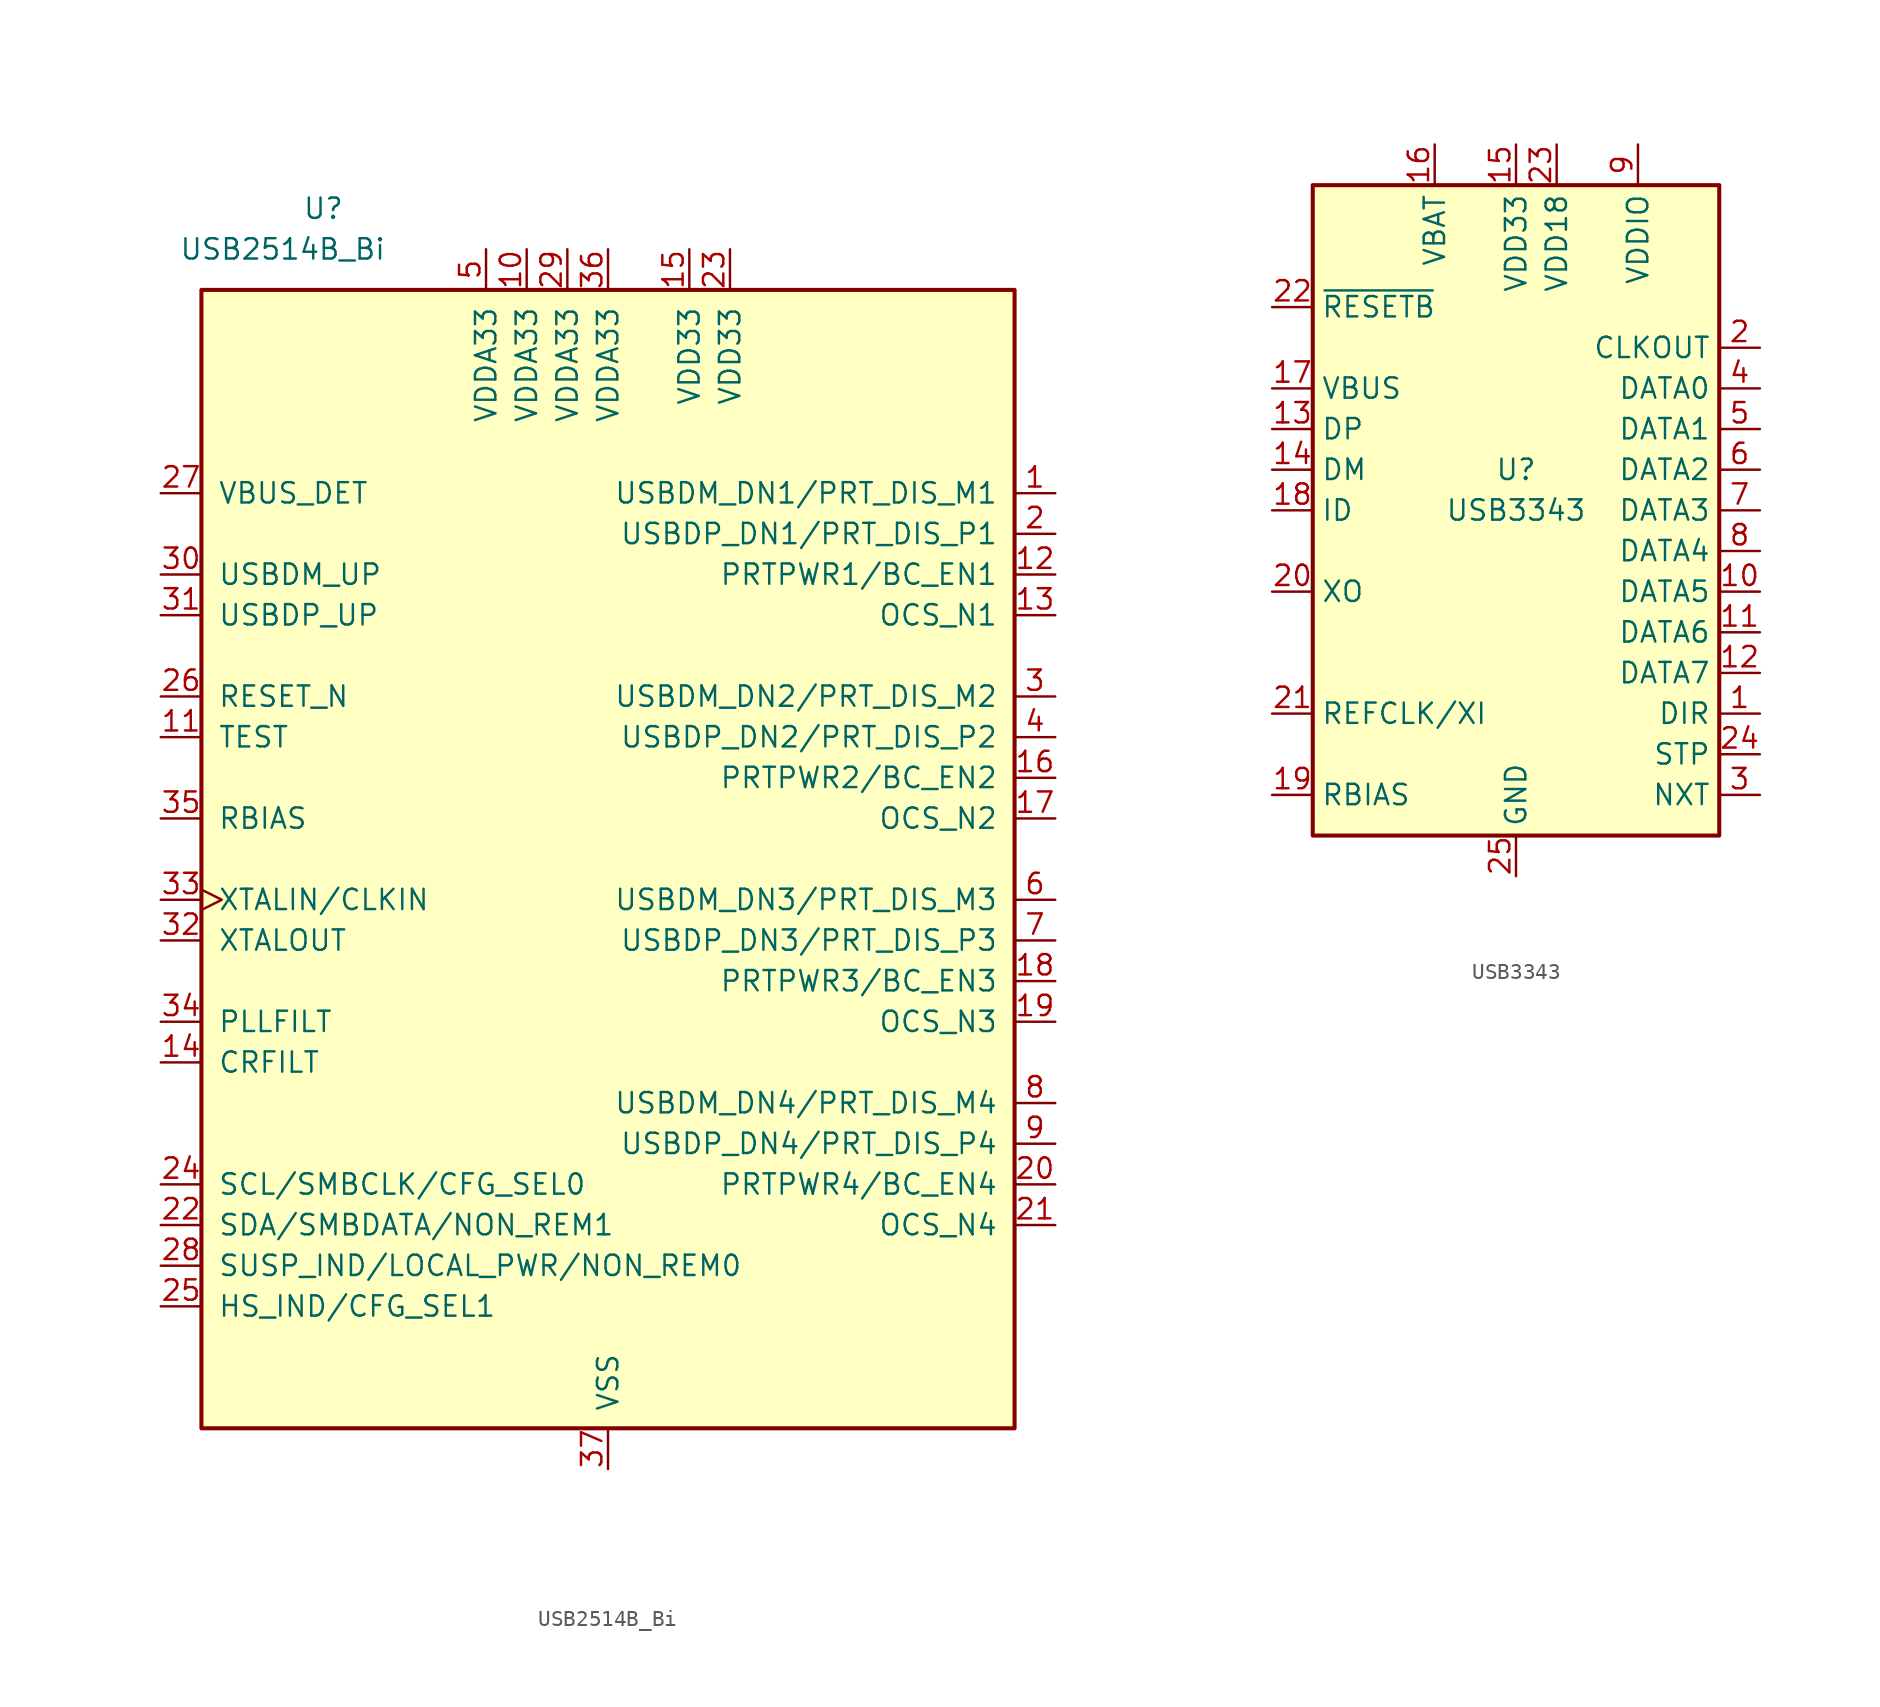
<source format=kicad_sym>
(kicad_symbol_lib
  (version 20231120)
  (generator "kicad_symbol_editor")
  (generator_version "8.0")
  (symbol "USB2514B_Bi"
    (pin_names
      (offset 1.016))
    (property "Reference" "U"
      (at -17.78 40.64 0)
      (effects (font (size 1.27 1.27))))
    (property "Value" "USB2514B_Bi"
      (at -20.32 38.1 0)
      (effects (font (size 1.27 1.27))))
    (symbol "USB2514B_Bi_0_1"
      (rectangle (start -25.4 35.56) (end 25.4 -35.56) (stroke (width 0.254) (type default)) (fill (type background))))
    (symbol "USB2514B_Bi_1_1"
      (pin bidirectional line (at 27.94 22.86 180) (length 2.54) (name "USBDM_DN1/PRT_DIS_M1" (effects (font (size 1.27 1.27)))) (number "1" (effects (font (size 1.27 1.27)))))
      (pin power_in line (at -5.08 38.1 270) (length 2.54) (name "VDDA33" (effects (font (size 1.27 1.27)))) (number "10" (effects (font (size 1.27 1.27)))))
      (pin input line (at -27.94 7.62 0) (length 2.54) (name "TEST" (effects (font (size 1.27 1.27)))) (number "11" (effects (font (size 1.27 1.27)))))
      (pin bidirectional line (at 27.94 17.78 180) (length 2.54) (name "PRTPWR1/BC_EN1" (effects (font (size 1.27 1.27)))) (number "12" (effects (font (size 1.27 1.27)))))
      (pin input line (at 27.94 15.24 180) (length 2.54) (name "OCS_N1" (effects (font (size 1.27 1.27)))) (number "13" (effects (font (size 1.27 1.27)))))
      (pin input line (at -27.94 -12.7 0) (length 2.54) (name "CRFILT" (effects (font (size 1.27 1.27)))) (number "14" (effects (font (size 1.27 1.27)))))
      (pin power_in line (at 5.08 38.1 270) (length 2.54) (name "VDD33" (effects (font (size 1.27 1.27)))) (number "15" (effects (font (size 1.27 1.27)))))
      (pin bidirectional line (at 27.94 5.08 180) (length 2.54) (name "PRTPWR2/BC_EN2" (effects (font (size 1.27 1.27)))) (number "16" (effects (font (size 1.27 1.27)))))
      (pin input line (at 27.94 2.54 180) (length 2.54) (name "OCS_N2" (effects (font (size 1.27 1.27)))) (number "17" (effects (font (size 1.27 1.27)))))
      (pin bidirectional line (at 27.94 -7.62 180) (length 2.54) (name "PRTPWR3/BC_EN3" (effects (font (size 1.27 1.27)))) (number "18" (effects (font (size 1.27 1.27)))))
      (pin input line (at 27.94 -10.16 180) (length 2.54) (name "OCS_N3" (effects (font (size 1.27 1.27)))) (number "19" (effects (font (size 1.27 1.27)))))
      (pin bidirectional line (at 27.94 20.32 180) (length 2.54) (name "USBDP_DN1/PRT_DIS_P1" (effects (font (size 1.27 1.27)))) (number "2" (effects (font (size 1.27 1.27)))))
      (pin bidirectional line (at 27.94 -20.32 180) (length 2.54) (name "PRTPWR4/BC_EN4" (effects (font (size 1.27 1.27)))) (number "20" (effects (font (size 1.27 1.27)))))
      (pin input line (at 27.94 -22.86 180) (length 2.54) (name "OCS_N4" (effects (font (size 1.27 1.27)))) (number "21" (effects (font (size 1.27 1.27)))))
      (pin bidirectional line (at -27.94 -22.86 0) (length 2.54) (name "SDA/SMBDATA/NON_REM1" (effects (font (size 1.27 1.27)))) (number "22" (effects (font (size 1.27 1.27)))))
      (pin power_in line (at 7.62 38.1 270) (length 2.54) (name "VDD33" (effects (font (size 1.27 1.27)))) (number "23" (effects (font (size 1.27 1.27)))))
      (pin bidirectional line (at -27.94 -20.32 0) (length 2.54) (name "SCL/SMBCLK/CFG_SEL0" (effects (font (size 1.27 1.27)))) (number "24" (effects (font (size 1.27 1.27)))))
      (pin bidirectional line (at -27.94 -27.94 0) (length 2.54) (name "HS_IND/CFG_SEL1" (effects (font (size 1.27 1.27)))) (number "25" (effects (font (size 1.27 1.27)))))
      (pin input line (at -27.94 10.16 0) (length 2.54) (name "RESET_N" (effects (font (size 1.27 1.27)))) (number "26" (effects (font (size 1.27 1.27)))))
      (pin input line (at -27.94 22.86 0) (length 2.54) (name "VBUS_DET" (effects (font (size 1.27 1.27)))) (number "27" (effects (font (size 1.27 1.27)))))
      (pin bidirectional line (at -27.94 -25.4 0) (length 2.54) (name "SUSP_IND/LOCAL_PWR/NON_REM0" (effects (font (size 1.27 1.27)))) (number "28" (effects (font (size 1.27 1.27)))))
      (pin power_in line (at -2.54 38.1 270) (length 2.54) (name "VDDA33" (effects (font (size 1.27 1.27)))) (number "29" (effects (font (size 1.27 1.27)))))
      (pin bidirectional line (at 27.94 10.16 180) (length 2.54) (name "USBDM_DN2/PRT_DIS_M2" (effects (font (size 1.27 1.27)))) (number "3" (effects (font (size 1.27 1.27)))))
      (pin bidirectional line (at -27.94 17.78 0) (length 2.54) (name "USBDM_UP" (effects (font (size 1.27 1.27)))) (number "30" (effects (font (size 1.27 1.27)))))
      (pin bidirectional line (at -27.94 15.24 0) (length 2.54) (name "USBDP_UP" (effects (font (size 1.27 1.27)))) (number "31" (effects (font (size 1.27 1.27)))))
      (pin output line (at -27.94 -5.08 0) (length 2.54) (name "XTALOUT" (effects (font (size 1.27 1.27)))) (number "32" (effects (font (size 1.27 1.27)))))
      (pin input clock (at -27.94 -2.54 0) (length 2.54) (name "XTALIN/CLKIN" (effects (font (size 1.27 1.27)))) (number "33" (effects (font (size 1.27 1.27)))))
      (pin input line (at -27.94 -10.16 0) (length 2.54) (name "PLLFILT" (effects (font (size 1.27 1.27)))) (number "34" (effects (font (size 1.27 1.27)))))
      (pin input line (at -27.94 2.54 0) (length 2.54) (name "RBIAS" (effects (font (size 1.27 1.27)))) (number "35" (effects (font (size 1.27 1.27)))))
      (pin power_in line (at 0 38.1 270) (length 2.54) (name "VDDA33" (effects (font (size 1.27 1.27)))) (number "36" (effects (font (size 1.27 1.27)))))
      (pin power_in line (at 0 -38.1 90) (length 2.54) (name "VSS" (effects (font (size 1.27 1.27)))) (number "37" (effects (font (size 1.27 1.27)))))
      (pin bidirectional line (at 27.94 7.62 180) (length 2.54) (name "USBDP_DN2/PRT_DIS_P2" (effects (font (size 1.27 1.27)))) (number "4" (effects (font (size 1.27 1.27)))))
      (pin power_in line (at -7.62 38.1 270) (length 2.54) (name "VDDA33" (effects (font (size 1.27 1.27)))) (number "5" (effects (font (size 1.27 1.27)))))
      (pin bidirectional line (at 27.94 -2.54 180) (length 2.54) (name "USBDM_DN3/PRT_DIS_M3" (effects (font (size 1.27 1.27)))) (number "6" (effects (font (size 1.27 1.27)))))
      (pin bidirectional line (at 27.94 -5.08 180) (length 2.54) (name "USBDP_DN3/PRT_DIS_P3" (effects (font (size 1.27 1.27)))) (number "7" (effects (font (size 1.27 1.27)))))
      (pin bidirectional line (at 27.94 -15.24 180) (length 2.54) (name "USBDM_DN4/PRT_DIS_M4" (effects (font (size 1.27 1.27)))) (number "8" (effects (font (size 1.27 1.27)))))
      (pin bidirectional line (at 27.94 -17.78 180) (length 2.54) (name "USBDP_DN4/PRT_DIS_P4" (effects (font (size 1.27 1.27)))) (number "9" (effects (font (size 1.27 1.27)))))))
  (symbol "USB3343"
    (property "Reference" "U"
      (at 0 2.54 0)
      (effects (font (size 1.27 1.27))))
    (property "Value" "USB3343"
      (at 0 0 0)
      (effects (font (size 1.27 1.27))))
    (symbol "USB3343_0_1"
      (rectangle (start -12.7 20.32) (end 12.7 -20.32) (stroke (width 0.254) (type default)) (fill (type background))))
    (symbol "USB3343_1_1"
      (pin output line (at 15.24 -12.7 180) (length 2.54) (name "DIR" (effects (font (size 1.27 1.27)))) (number "1" (effects (font (size 1.27 1.27)))))
      (pin bidirectional line (at 15.24 -5.08 180) (length 2.54) (name "DATA5" (effects (font (size 1.27 1.27)))) (number "10" (effects (font (size 1.27 1.27)))))
      (pin bidirectional line (at 15.24 -7.62 180) (length 2.54) (name "DATA6" (effects (font (size 1.27 1.27)))) (number "11" (effects (font (size 1.27 1.27)))))
      (pin bidirectional line (at 15.24 -10.16 180) (length 2.54) (name "DATA7" (effects (font (size 1.27 1.27)))) (number "12" (effects (font (size 1.27 1.27)))))
      (pin bidirectional line (at -15.24 5.08 0) (length 2.54) (name "DP" (effects (font (size 1.27 1.27)))) (number "13" (effects (font (size 1.27 1.27)))))
      (pin bidirectional line (at -15.24 2.54 0) (length 2.54) (name "DM" (effects (font (size 1.27 1.27)))) (number "14" (effects (font (size 1.27 1.27)))))
      (pin power_out line (at 0 22.86 270) (length 2.54) (name "VDD33" (effects (font (size 1.27 1.27)))) (number "15" (effects (font (size 1.27 1.27)))))
      (pin power_in line (at -5.08 22.86 270) (length 2.54) (name "VBAT" (effects (font (size 1.27 1.27)))) (number "16" (effects (font (size 1.27 1.27)))))
      (pin input line (at -15.24 7.62 0) (length 2.54) (name "VBUS" (effects (font (size 1.27 1.27)))) (number "17" (effects (font (size 1.27 1.27)))))
      (pin input line (at -15.24 0 0) (length 2.54) (name "ID" (effects (font (size 1.27 1.27)))) (number "18" (effects (font (size 1.27 1.27)))))
      (pin passive line (at -15.24 -17.78 0) (length 2.54) (name "RBIAS" (effects (font (size 1.27 1.27)))) (number "19" (effects (font (size 1.27 1.27)))))
      (pin output line (at 15.24 10.16 180) (length 2.54) (name "CLKOUT" (effects (font (size 1.27 1.27)))) (number "2" (effects (font (size 1.27 1.27)))))
      (pin output line (at -15.24 -5.08 0) (length 2.54) (name "XO" (effects (font (size 1.27 1.27)))) (number "20" (effects (font (size 1.27 1.27)))))
      (pin input line (at -15.24 -12.7 0) (length 2.54) (name "REFCLK/XI" (effects (font (size 1.27 1.27)))) (number "21" (effects (font (size 1.27 1.27)))))
      (pin input line (at -15.24 12.7 0) (length 2.54) (name "~{RESETB}" (effects (font (size 1.27 1.27)))) (number "22" (effects (font (size 1.27 1.27)))))
      (pin power_out line (at 2.54 22.86 270) (length 2.54) (name "VDD18" (effects (font (size 1.27 1.27)))) (number "23" (effects (font (size 1.27 1.27)))))
      (pin input line (at 15.24 -15.24 180) (length 2.54) (name "STP" (effects (font (size 1.27 1.27)))) (number "24" (effects (font (size 1.27 1.27)))))
      (pin power_in line (at 0 -22.86 90) (length 2.54) (name "GND" (effects (font (size 1.27 1.27)))) (number "25" (effects (font (size 1.27 1.27)))))
      (pin output line (at 15.24 -17.78 180) (length 2.54) (name "NXT" (effects (font (size 1.27 1.27)))) (number "3" (effects (font (size 1.27 1.27)))))
      (pin bidirectional line (at 15.24 7.62 180) (length 2.54) (name "DATA0" (effects (font (size 1.27 1.27)))) (number "4" (effects (font (size 1.27 1.27)))))
      (pin bidirectional line (at 15.24 5.08 180) (length 2.54) (name "DATA1" (effects (font (size 1.27 1.27)))) (number "5" (effects (font (size 1.27 1.27)))))
      (pin bidirectional line (at 15.24 2.54 180) (length 2.54) (name "DATA2" (effects (font (size 1.27 1.27)))) (number "6" (effects (font (size 1.27 1.27)))))
      (pin bidirectional line (at 15.24 0 180) (length 2.54) (name "DATA3" (effects (font (size 1.27 1.27)))) (number "7" (effects (font (size 1.27 1.27)))))
      (pin bidirectional line (at 15.24 -2.54 180) (length 2.54) (name "DATA4" (effects (font (size 1.27 1.27)))) (number "8" (effects (font (size 1.27 1.27)))))
      (pin power_in line (at 7.62 22.86 270) (length 2.54) (name "VDDIO" (effects (font (size 1.27 1.27)))) (number "9" (effects (font (size 1.27 1.27))))))))
</source>
